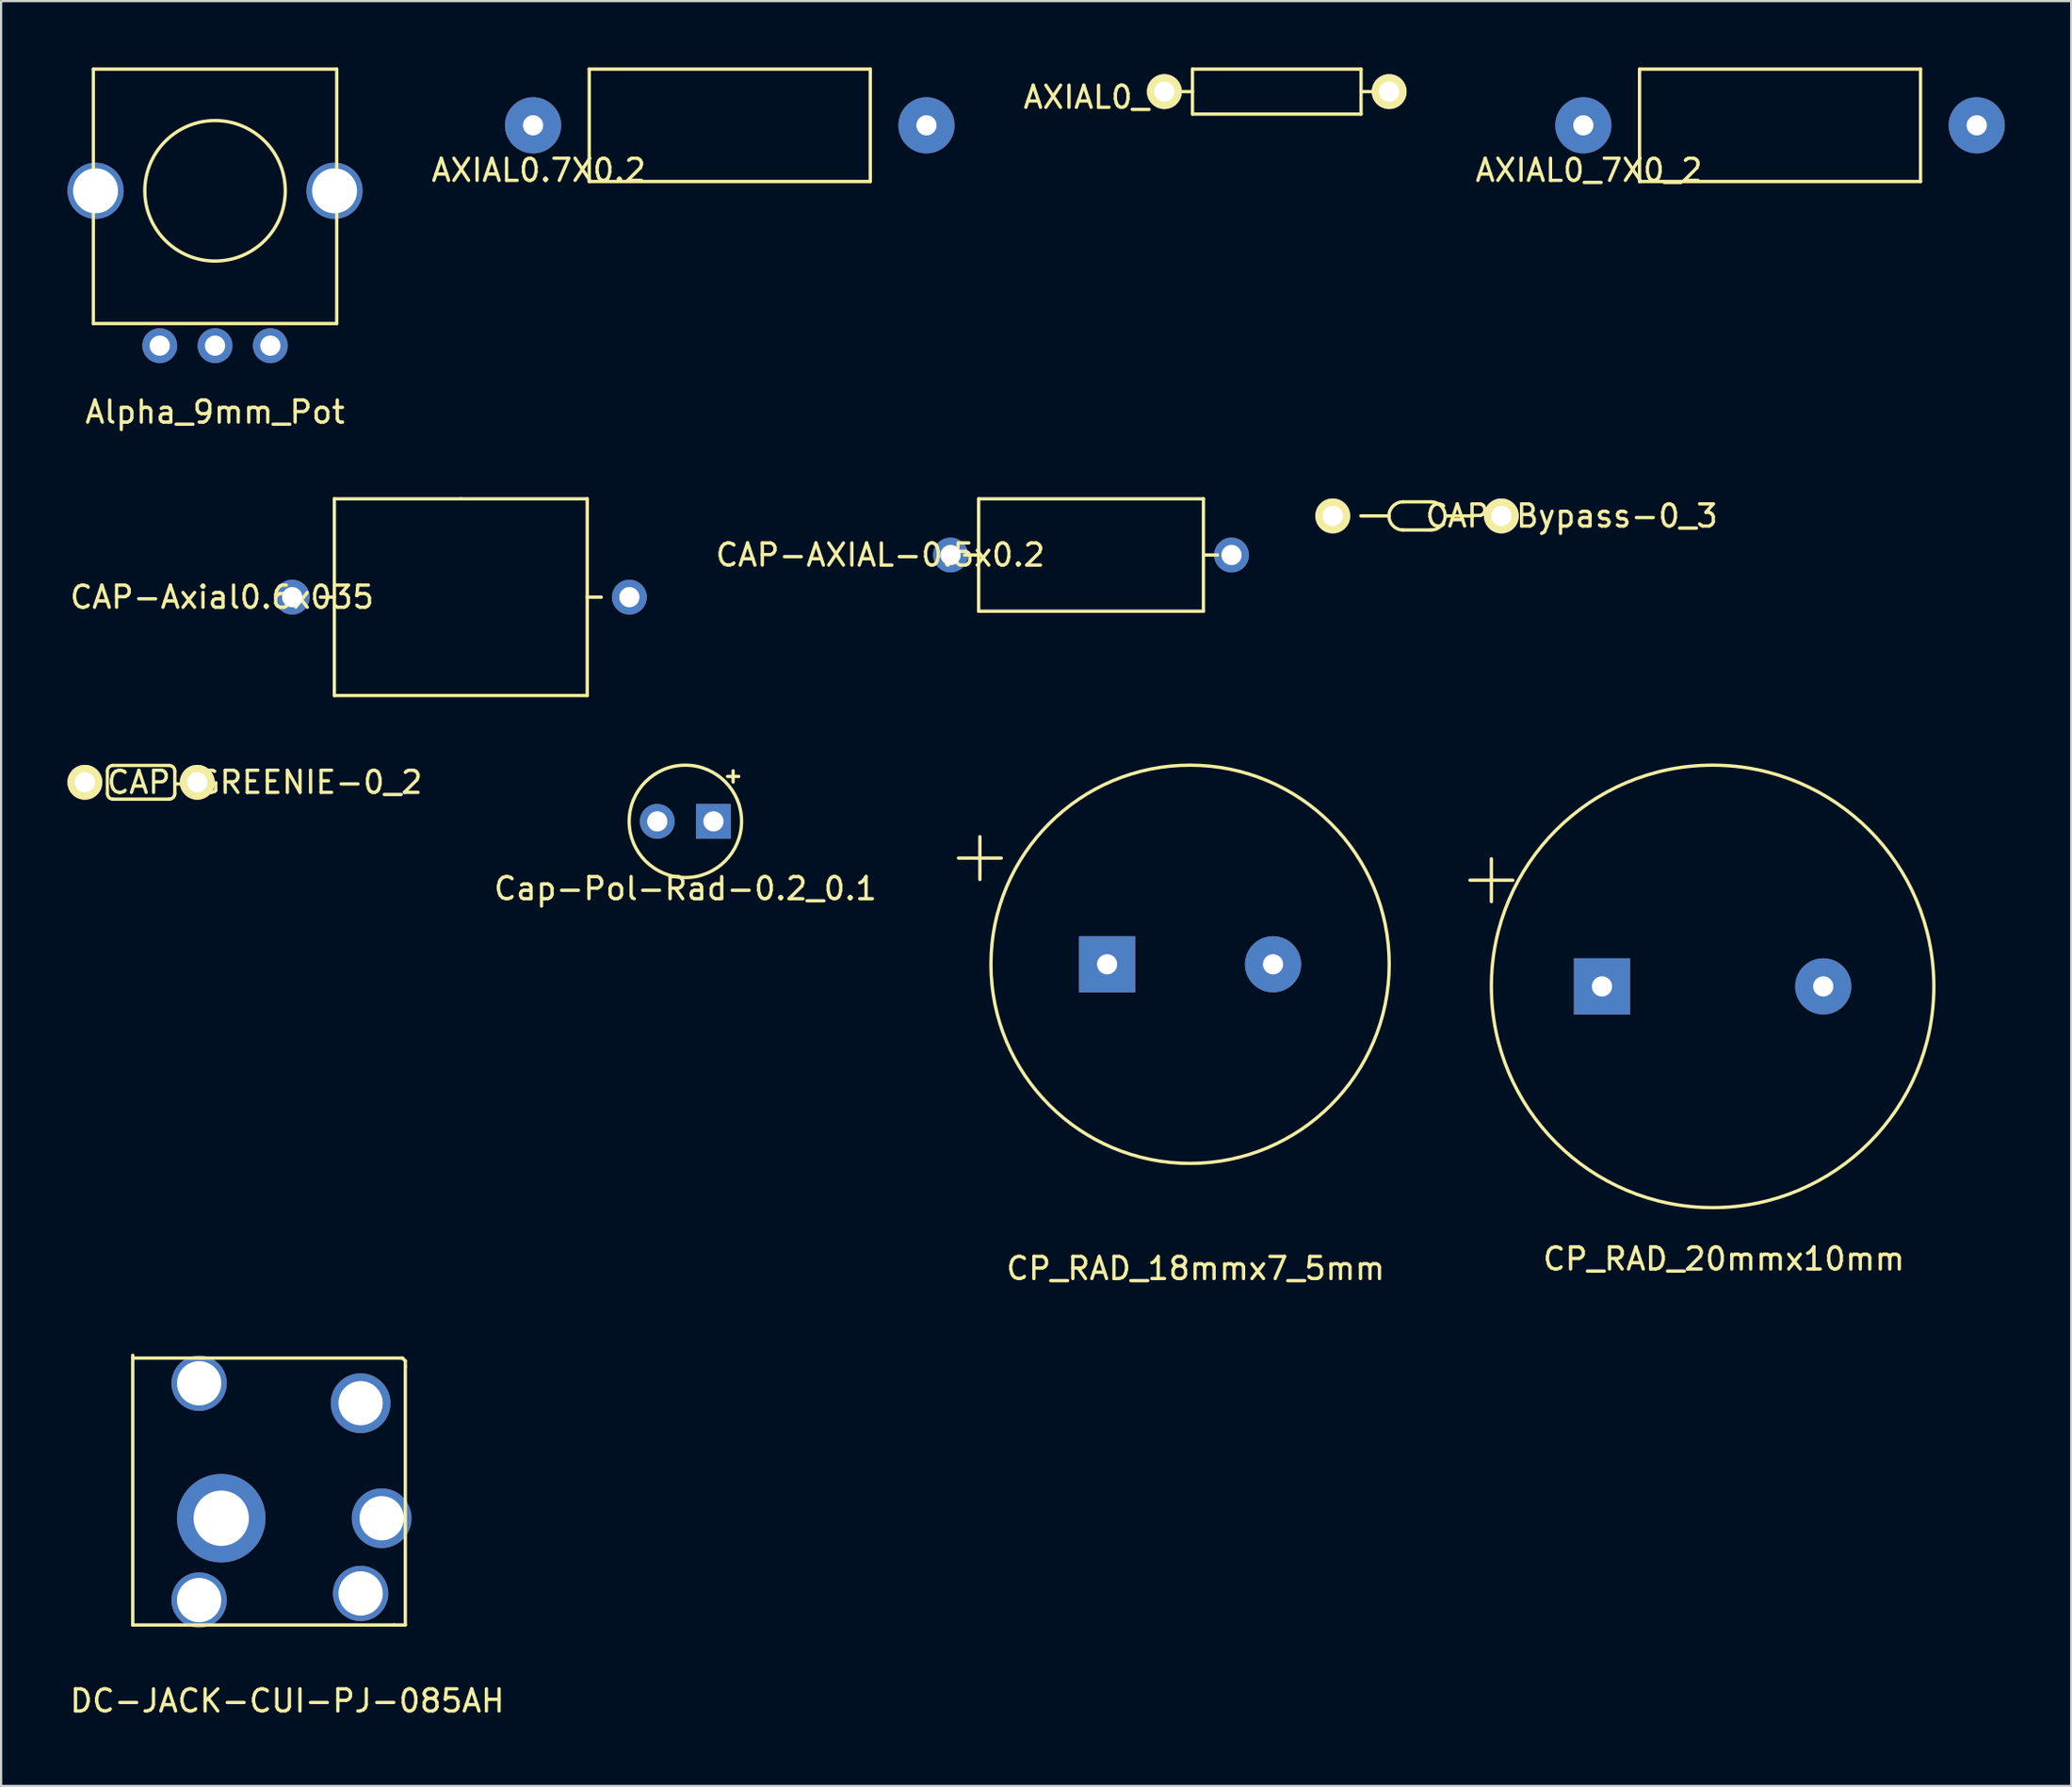
<source format=kicad_pcb>
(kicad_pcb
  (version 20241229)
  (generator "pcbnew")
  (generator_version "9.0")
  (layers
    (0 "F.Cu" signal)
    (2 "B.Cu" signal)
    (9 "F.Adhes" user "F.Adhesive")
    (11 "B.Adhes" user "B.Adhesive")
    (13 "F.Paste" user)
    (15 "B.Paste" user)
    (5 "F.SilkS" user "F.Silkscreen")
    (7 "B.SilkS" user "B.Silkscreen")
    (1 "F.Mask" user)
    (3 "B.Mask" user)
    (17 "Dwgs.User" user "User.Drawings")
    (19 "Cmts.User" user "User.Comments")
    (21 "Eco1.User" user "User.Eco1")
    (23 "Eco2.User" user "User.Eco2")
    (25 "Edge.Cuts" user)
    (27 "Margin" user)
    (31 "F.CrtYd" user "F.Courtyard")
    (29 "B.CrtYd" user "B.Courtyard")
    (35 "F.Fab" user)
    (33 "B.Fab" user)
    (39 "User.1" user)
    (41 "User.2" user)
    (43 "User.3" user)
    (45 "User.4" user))
  (footprint "AXIAL0_7X0_2"
    (layer "F.Cu")
    (at 77.404 2.615)
    (property "Reference" "AXIAL0_7X0_2" (at -8.636 2.032 0) (layer "F.SilkS") (effects (font (size 1 1) (thickness 0.15))))
    (attr through_hole)
    (fp_line (start -6.35 -2.54) (end -6.35 2.54) (stroke (width 0.15) (type solid)) (layer "F.SilkS"))
    (fp_line (start -6.35 2.54) (end 6.35 2.54) (stroke (width 0.15) (type solid)) (layer "F.SilkS"))
    (fp_line (start 6.35 -2.54) (end -6.35 -2.54) (stroke (width 0.15) (type solid)) (layer "F.SilkS"))
    (fp_line (start 6.35 2.54) (end 6.35 -2.54) (stroke (width 0.15) (type solid)) (layer "F.SilkS"))
    (pad "1" thru_hole circle (at -8.89 0) (size 2.54 2.54) (drill 0.914) (layers "*.Cu" "*.Mask"))
    (pad "2" thru_hole circle (at 8.89 0) (size 2.54 2.54) (drill 0.914) (layers "*.Cu" "*.Mask")))
  (footprint "AXIAL0.7X0.2"
    (layer "F.Cu")
    (at 29.934 2.615)
    (property "Reference" "AXIAL0.7X0.2" (at -8.636 2.032 0) (layer "F.SilkS") (effects (font (size 1 1) (thickness 0.15))))
    (attr through_hole)
    (fp_line (start -6.35 -2.54) (end -6.35 2.54) (stroke (width 0.15) (type solid)) (layer "F.SilkS"))
    (fp_line (start -6.35 2.54) (end 6.35 2.54) (stroke (width 0.15) (type solid)) (layer "F.SilkS"))
    (fp_line (start 6.35 -2.54) (end -6.35 -2.54) (stroke (width 0.15) (type solid)) (layer "F.SilkS"))
    (fp_line (start 6.35 2.54) (end 6.35 -2.54) (stroke (width 0.15) (type solid)) (layer "F.SilkS"))
    (pad "1" thru_hole circle (at -8.89 0) (size 2.54 2.54) (drill 0.914) (layers "*.Cu" "*.Mask"))
    (pad "2" thru_hole circle (at 8.89 0) (size 2.54 2.54) (drill 0.914) (layers "*.Cu" "*.Mask")))
  (footprint "Alpha_9mm_Pot"
    (layer "F.Cu")
    (at 6.67 5.575)
    (property "Reference" "Alpha_9mm_Pot" (at 0 10 0) (layer "F.SilkS") (effects (font (size 1 1) (thickness 0.15))))
    (attr through_hole)
    (fp_line (start -5.5 -5.5) (end -5.5 6) (stroke (width 0.15) (type solid)) (layer "F.SilkS"))
    (fp_line (start -5.5 6) (end 5.5 6) (stroke (width 0.15) (type solid)) (layer "F.SilkS"))
    (fp_line (start 5.5 -5.5) (end -5.5 -5.5) (stroke (width 0.15) (type solid)) (layer "F.SilkS"))
    (fp_line (start 5.5 0) (end 5.5 -5.5) (stroke (width 0.15) (type solid)) (layer "F.SilkS"))
    (fp_line (start 5.5 0) (end 5.5 0.5) (stroke (width 0.15) (type solid)) (layer "F.SilkS"))
    (fp_line (start 5.5 6) (end 5.5 0.5) (stroke (width 0.15) (type solid)) (layer "F.SilkS"))
    (fp_circle (center 0 0) (end 3.175 0) (stroke (width 0.15) (type solid)) (fill no) (layer "F.SilkS"))
    (pad "1" thru_hole circle (at -2.5 7) (size 1.575 1.575) (drill 0.914) (layers "*.Cu" "*.Mask"))
    (pad "2" thru_hole circle (at 0 7) (size 1.575 1.575) (drill 0.914) (layers "*.Cu" "*.Mask"))
    (pad "3" thru_hole circle (at 2.5 7) (size 1.575 1.575) (drill 0.914) (layers "*.Cu" "*.Mask"))
    (pad "4" thru_hole circle (at 5.4 0) (size 2.54 2.54) (drill 2.032) (layers "*.Cu" "*.Mask"))
    (pad "5" thru_hole circle (at -5.4 0) (size 2.54 2.54) (drill 2.032) (layers "*.Cu" "*.Mask")))
  (footprint "CP_RAD_18mmx7_5mm"
    (layer "F.Cu")
    (at 50.739 40.538)
    (property "Reference" "CP_RAD_18mmx7_5mm" (at 0.25 13.75 0) (layer "F.SilkS") (effects (font (size 1 1) (thickness 0.15))))
    (attr through_hole)
    (fp_circle (center 0 0) (end 9 0) (stroke (width 0.15) (type solid)) (fill no) (layer "F.SilkS"))
    (fp_text user "+" (at -9.5 -5 0) (layer "F.SilkS") (effects (font (size 2.54 2.54) (thickness 0.15))))
    (pad "1" thru_hole rect (at -3.75 0) (size 2.54 2.54) (drill 0.914) (layers "*.Cu" "*.Mask"))
    (pad "2" thru_hole circle (at 3.75 0) (size 2.54 2.54) (drill 0.914) (layers "*.Cu" "*.Mask")))
  (footprint "CAP-Axial0.6x035"
    (layer "F.Cu")
    (at 17.777 23.943)
    (property "Reference" "CAP-Axial0.6x035" (at -10.795 0 0) (layer "F.SilkS") (effects (font (size 1 1) (thickness 0.15))))
    (attr through_hole)
    (fp_line (start -6.35 0) (end -5.715 0) (stroke (width 0.15) (type solid)) (layer "F.SilkS"))
    (fp_line (start -5.715 -4.445) (end -5.715 4.445) (stroke (width 0.15) (type solid)) (layer "F.SilkS"))
    (fp_line (start -5.715 4.445) (end 5.715 4.445) (stroke (width 0.15) (type solid)) (layer "F.SilkS"))
    (fp_line (start 0 -4.445) (end -5.715 -4.445) (stroke (width 0.15) (type solid)) (layer "F.SilkS"))
    (fp_line (start 5.715 -4.445) (end 0 -4.445) (stroke (width 0.15) (type solid)) (layer "F.SilkS"))
    (fp_line (start 5.715 4.445) (end 5.715 -4.445) (stroke (width 0.15) (type solid)) (layer "F.SilkS"))
    (fp_line (start 6.35 0) (end 5.715 0) (stroke (width 0.15) (type solid)) (layer "F.SilkS"))
    (pad "1" thru_hole circle (at -7.62 0) (size 1.575 1.575) (drill 0.914) (layers "*.Cu" "*.Mask"))
    (pad "2" thru_hole circle (at 7.62 0) (size 1.575 1.575) (drill 0.914) (layers "*.Cu" "*.Mask")))
  (footprint "Cap-Pol-Rad-0.2_0.1"
    (layer "F.Cu")
    (at 27.927 34.078)
    (property "Reference" "Cap-Pol-Rad-0.2_0.1" (at 0 3.04 0) (layer "F.SilkS") (effects (font (size 1 1) (thickness 0.15))))
    (attr through_hole)
    (fp_line (start 2.159 -2.286) (end 2.159 -1.778) (stroke (width 0.15) (type solid)) (layer "F.SilkS"))
    (fp_line (start 2.413 -2.032) (end 1.905 -2.032) (stroke (width 0.15) (type solid)) (layer "F.SilkS"))
    (fp_circle (center 0 0) (end 2.54 0) (stroke (width 0.15) (type solid)) (fill no) (layer "F.SilkS"))
    (pad "1" thru_hole rect (at 1.27 0) (size 1.575 1.575) (drill 0.914) (layers "*.Cu" "*.Mask"))
    (pad "2" thru_hole circle (at -1.27 0) (size 1.575 1.575) (drill 0.914) (layers "*.Cu" "*.Mask")))
  (footprint "CAP-GREENIE-0_2"
    (layer "F.Cu")
    (at 3.327 32.312)
    (property "Reference" "CAP-GREENIE-0_2" (at 5.588 0 0) (layer "F.SilkS") (effects (font (size 1 1) (thickness 0.15))))
    (attr through_hole)
    (fp_line (start -1.524 -0.508) (end -1.524 0.508) (stroke (width 0.15) (type solid)) (layer "F.SilkS"))
    (fp_line (start -1.27 0.762) (end 1.27 0.762) (stroke (width 0.15) (type solid)) (layer "F.SilkS"))
    (fp_line (start 1.27 -0.762) (end -1.27 -0.762) (stroke (width 0.15) (type solid)) (layer "F.SilkS"))
    (fp_line (start 1.524 0) (end 1.524 -0.508) (stroke (width 0.15) (type solid)) (layer "F.SilkS"))
    (fp_line (start 1.524 0) (end 1.524 0.508) (stroke (width 0.15) (type solid)) (layer "F.SilkS"))
    (fp_arc (start -1.524 -0.508) (mid -1.449605 -0.687605) (end -1.27 -0.762) (stroke (width 0.15) (type solid)) (layer "F.SilkS"))
    (fp_arc (start -1.27 0.762) (mid -1.449605 0.687605) (end -1.524 0.508) (stroke (width 0.15) (type solid)) (layer "F.SilkS"))
    (fp_arc (start 1.27 -0.762) (mid 1.449605 -0.687605) (end 1.524 -0.508) (stroke (width 0.15) (type solid)) (layer "F.SilkS"))
    (fp_arc (start 1.524 0.508) (mid 1.449605 0.687605) (end 1.27 0.762) (stroke (width 0.15) (type solid)) (layer "F.SilkS"))
    (pad "1" thru_hole circle (at -2.54 0) (size 1.575 1.575) (drill 0.914) (layers "*.Cu" "*.Mask" "F.SilkS"))
    (pad "2" thru_hole circle (at 2.54 0) (size 1.575 1.575) (drill 0.914) (layers "*.Cu" "*.Mask" "F.SilkS")))
  (footprint "DC-JACK-CUI-PJ-085AH"
    (layer "F.Cu")
    (at 2.95 65.578)
    (property "Reference" "DC-JACK-CUI-PJ-085AH" (at 6.985 8.255 0) (layer "F.SilkS") (effects (font (size 1 1) (thickness 0.15))))
    (attr through_hole)
    (fp_line (start 0 -7.366) (end 0 4.826) (stroke (width 0.15) (type solid)) (layer "F.SilkS"))
    (fp_line (start 0 4.826) (end 11.811 4.826) (stroke (width 0.15) (type solid)) (layer "F.SilkS"))
    (fp_line (start 11.811 4.826) (end 12.319 4.826) (stroke (width 0.15) (type solid)) (layer "F.SilkS"))
    (fp_line (start 12.192 -7.239) (end 0 -7.239) (stroke (width 0.15) (type solid)) (layer "F.SilkS"))
    (fp_line (start 12.319 -7.112) (end 12.192 -7.239) (stroke (width 0.15) (type solid)) (layer "F.SilkS"))
    (fp_line (start 12.319 -6.858) (end 12.319 -7.112) (stroke (width 0.15) (type solid)) (layer "F.SilkS"))
    (fp_line (start 12.319 4.826) (end 12.319 -6.858) (stroke (width 0.15) (type solid)) (layer "F.SilkS"))
    (pad "1" thru_hole circle (at 11.25 0) (size 2.7 2.7) (drill 2) (layers "*.Cu" "*.Mask"))
    (pad "2" thru_hole circle (at 10.3 -5.2) (size 2.7 2.7) (drill 2) (layers "*.Cu" "*.Mask"))
    (pad "4" thru_hole circle (at 4 0) (size 4 4) (drill 2.5) (layers "*.Cu" "*.Mask"))
    (pad "5" thru_hole circle (at 3 3.7) (size 2.5 2.5) (drill 2) (layers "*.Cu" "*.Mask"))
    (pad "6" thru_hole circle (at 3 -6.1) (size 2.5 2.5) (drill 2) (layers "*.Cu" "*.Mask"))
    (pad "7" thru_hole circle (at 10.3 3.4) (size 2.5 2.5) (drill 2) (layers "*.Cu" "*.Mask")))
  (footprint "CAP-Bypass-0_3"
    (layer "F.Cu")
    (at 60.998 20.271)
    (property "Reference" "CAP-Bypass-0_3" (at 6.985 0 0) (layer "F.SilkS") (effects (font (size 1 1) (thickness 0.15))))
    (attr through_hole)
    (fp_line (start -2.54 0) (end -1.27 0) (stroke (width 0.15) (type solid)) (layer "F.SilkS"))
    (fp_line (start -0.635 -0.635) (end 0.635 -0.635) (stroke (width 0.15) (type solid)) (layer "F.SilkS"))
    (fp_line (start -0.635 0.635) (end 0.635 0.635) (stroke (width 0.15) (type solid)) (layer "F.SilkS"))
    (fp_line (start 2.54 0) (end 1.27 0) (stroke (width 0.15) (type solid)) (layer "F.SilkS"))
    (fp_arc (start -1.27 0) (mid -1.084013 -0.449013) (end -0.635 -0.635) (stroke (width 0.15) (type solid)) (layer "F.SilkS"))
    (fp_arc (start -0.635 0.635) (mid -1.084013 0.449013) (end -1.27 0) (stroke (width 0.15) (type solid)) (layer "F.SilkS"))
    (fp_arc (start 0.635 -0.635) (mid 1.084013 -0.449013) (end 1.27 0) (stroke (width 0.15) (type solid)) (layer "F.SilkS"))
    (fp_arc (start 1.27 0) (mid 1.084013 0.449013) (end 0.635 0.635) (stroke (width 0.15) (type solid)) (layer "F.SilkS"))
    (pad "1" thru_hole circle (at -3.81 0) (size 1.575 1.575) (drill 0.914) (layers "*.Cu" "*.Mask" "F.SilkS"))
    (pad "2" thru_hole circle (at 3.81 0) (size 1.575 1.575) (drill 0.914) (layers "*.Cu" "*.Mask" "F.SilkS")))
  (footprint "CAP-AXIAL-0.5x0.2"
    (layer "F.Cu")
    (at 44.993 24.578)
    (property "Reference" "CAP-AXIAL-0.5x0.2" (at -8.255 -2.54 0) (layer "F.SilkS") (effects (font (size 1 1) (thickness 0.15))))
    (attr through_hole)
    (fp_line (start -3.81 -5.08) (end -3.81 0) (stroke (width 0.15) (type solid)) (layer "F.SilkS"))
    (fp_line (start -3.81 -2.54) (end -4.445 -2.54) (stroke (width 0.15) (type solid)) (layer "F.SilkS"))
    (fp_line (start -3.81 0) (end 6.35 0) (stroke (width 0.15) (type solid)) (layer "F.SilkS"))
    (fp_line (start 6.35 -5.08) (end -3.81 -5.08) (stroke (width 0.15) (type solid)) (layer "F.SilkS"))
    (fp_line (start 6.35 -2.54) (end 6.985 -2.54) (stroke (width 0.15) (type solid)) (layer "F.SilkS"))
    (fp_line (start 6.35 0) (end 6.35 -5.08) (stroke (width 0.15) (type solid)) (layer "F.SilkS"))
    (pad "1" thru_hole circle (at -5.08 -2.54) (size 1.575 1.575) (drill 0.914) (layers "*.Cu" "*.Mask"))
    (pad "2" thru_hole circle (at 7.62 -2.54) (size 1.575 1.575) (drill 0.914) (layers "*.Cu" "*.Mask")))
  (footprint "AXIAL0_4"
    (layer "F.Cu")
    (at 54.657 1.091)
    (property "Reference" "AXIAL0_4" (at -8.128 0.254 0) (layer "F.SilkS") (effects (font (size 1 1) (thickness 0.15))))
    (attr through_hole)
    (fp_line (start -3.81 -1.016) (end -3.81 1.016) (stroke (width 0.15) (type solid)) (layer "F.SilkS"))
    (fp_line (start -3.81 0) (end -4.318 0) (stroke (width 0.15) (type solid)) (layer "F.SilkS"))
    (fp_line (start -3.81 1.016) (end 3.81 1.016) (stroke (width 0.15) (type solid)) (layer "F.SilkS"))
    (fp_line (start 3.81 -1.016) (end -3.81 -1.016) (stroke (width 0.15) (type solid)) (layer "F.SilkS"))
    (fp_line (start 3.81 -1.016) (end 3.81 1.016) (stroke (width 0.15) (type solid)) (layer "F.SilkS"))
    (fp_line (start 4.445 0) (end 3.81 0) (stroke (width 0.15) (type solid)) (layer "F.SilkS"))
    (pad "1" thru_hole circle (at -5.08 0) (size 1.575 1.575) (drill 0.914) (layers "*.Cu" "*.Mask" "F.SilkS"))
    (pad "2" thru_hole circle (at 5.08 0) (size 1.575 1.575) (drill 0.914) (layers "*.Cu" "*.Mask" "F.SilkS")))
  (footprint "CP_RAD_20mmx10mm"
    (layer "F.Cu")
    (at 74.357 41.538)
    (property "Reference" "CP_RAD_20mmx10mm" (at 0.508 12.319 0) (layer "F.SilkS") (effects (font (size 1 1) (thickness 0.15))))
    (attr through_hole)
    (fp_circle (center 0 0) (end 10 0) (stroke (width 0.15) (type solid)) (fill no) (layer "F.SilkS"))
    (fp_text user "+" (at -10 -5 0) (layer "F.SilkS") (effects (font (size 2.54 2.54) (thickness 0.15))))
    (pad "1" thru_hole rect (at -5 0) (size 2.54 2.54) (drill 0.914) (layers "*.Cu" "*.Mask"))
    (pad "2" thru_hole circle (at 5 0) (size 2.54 2.54) (drill 0.914) (layers "*.Cu" "*.Mask")))
  (gr_rect
    (start -3 -3)
    (end 90.564 77.681)
    (stroke (width 0.1) (type default))
    (fill no)
    (layer "Edge.Cuts")))
</source>
